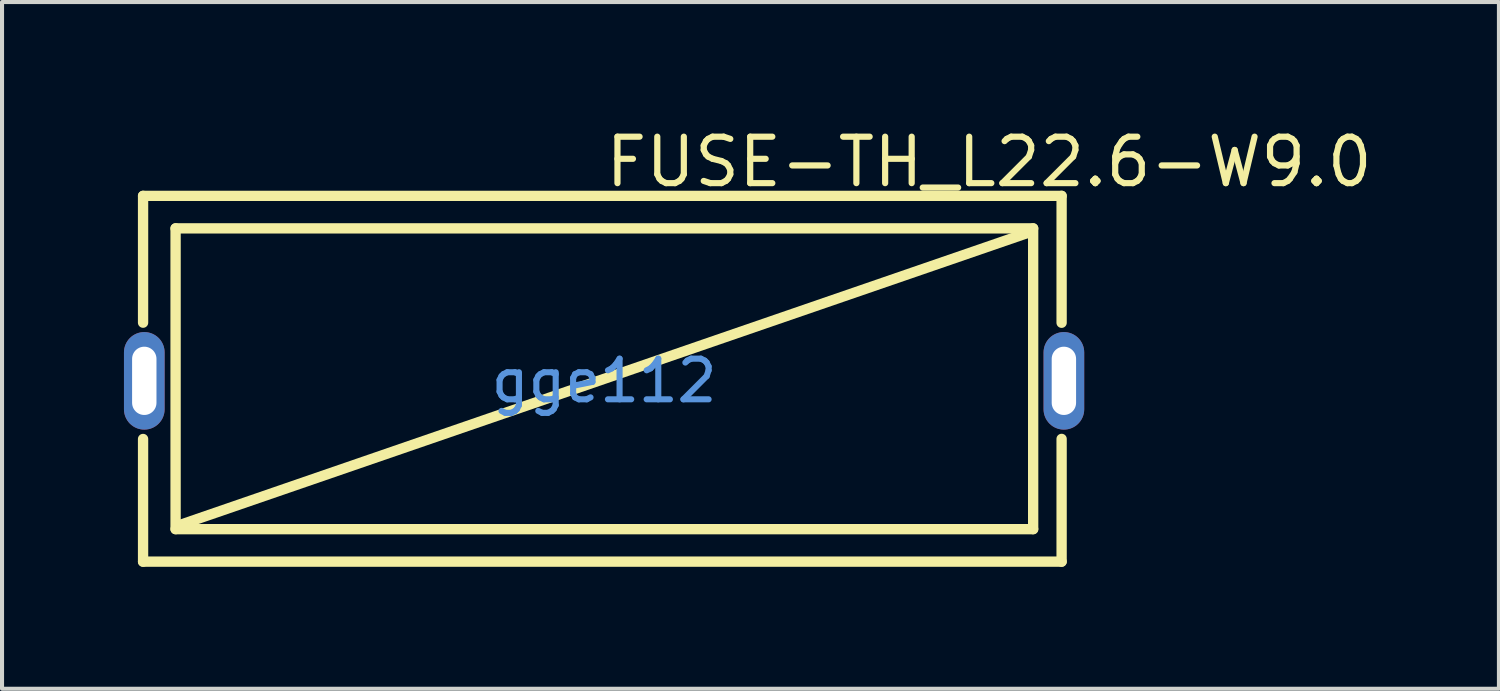
<source format=kicad_pcb>
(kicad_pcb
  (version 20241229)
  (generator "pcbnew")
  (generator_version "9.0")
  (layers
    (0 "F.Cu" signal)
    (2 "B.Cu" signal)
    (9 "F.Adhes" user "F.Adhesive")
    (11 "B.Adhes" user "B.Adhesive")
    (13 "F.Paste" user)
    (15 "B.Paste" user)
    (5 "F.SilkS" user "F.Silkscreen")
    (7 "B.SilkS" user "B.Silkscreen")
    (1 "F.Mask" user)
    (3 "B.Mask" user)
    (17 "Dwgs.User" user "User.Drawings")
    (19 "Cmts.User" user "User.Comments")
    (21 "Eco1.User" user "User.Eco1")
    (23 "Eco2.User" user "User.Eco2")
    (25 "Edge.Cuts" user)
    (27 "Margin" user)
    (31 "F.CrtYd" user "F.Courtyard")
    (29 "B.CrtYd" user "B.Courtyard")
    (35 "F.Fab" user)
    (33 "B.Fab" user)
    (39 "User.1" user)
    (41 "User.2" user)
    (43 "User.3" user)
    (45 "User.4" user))
  (footprint "FUSE-TH_L22.6-W9.0"
    (layer "F.Cu")
    (at 11.813 6.32)
    (property "Reference" "FUSE-TH_L22.6-W9.0" (at -0.043 -5.385 0) (layer "F.SilkS") (effects (font (size 1.143 1.143) (thickness 0.152)) (justify left)))
    (attr through_hole)
    (fp_line (start -11.343 -4.551) (end -11.343 -1.431) (stroke (width 0.254) (type solid)) (layer "F.SilkS"))
    (fp_line (start -11.343 -4.551) (end 11.257 -4.551) (stroke (width 0.254) (type solid)) (layer "F.SilkS"))
    (fp_line (start -11.343 1.431) (end -11.343 4.449) (stroke (width 0.254) (type solid)) (layer "F.SilkS"))
    (fp_line (start -10.543 -3.751) (end 10.557 -3.751) (stroke (width 0.254) (type solid)) (layer "F.SilkS"))
    (fp_line (start -10.543 3.649) (end -10.543 -3.751) (stroke (width 0.254) (type solid)) (layer "F.SilkS"))
    (fp_line (start 10.457 -3.651) (end -10.443 3.549) (stroke (width 0.254) (type solid)) (layer "F.SilkS"))
    (fp_line (start 10.557 -3.751) (end 10.557 3.649) (stroke (width 0.254) (type solid)) (layer "F.SilkS"))
    (fp_line (start 10.557 3.649) (end -10.543 3.649) (stroke (width 0.254) (type solid)) (layer "F.SilkS"))
    (fp_line (start 11.257 -1.429) (end 11.257 -4.551) (stroke (width 0.254) (type solid)) (layer "F.SilkS"))
    (fp_line (start 11.257 4.449) (end -11.343 4.449) (stroke (width 0.254) (type solid)) (layer "F.SilkS"))
    (fp_line (start 11.257 4.449) (end 11.257 1.429) (stroke (width 0.254) (type solid)) (layer "F.SilkS"))
    (fp_text user "gge112" (at 0 0 0) (layer "Cmts.User") (effects (font (size 1 1) (thickness 0.15))))
    (pad "1" thru_hole oval (at -11.313 0) (size 1 2.4) (drill oval 0.6 1.68) (layers "*.Cu" "*.Paste" "*.Mask"))
    (pad "2" thru_hole oval (at 11.313 0) (size 1 2.4) (drill oval 0.6 1.68) (layers "*.Cu" "*.Paste" "*.Mask")))
  (gr_rect
    (start -3 -3)
    (end 33.83 13.896)
    (stroke (width 0.1) (type default))
    (fill no)
    (layer "Edge.Cuts")))
</source>
